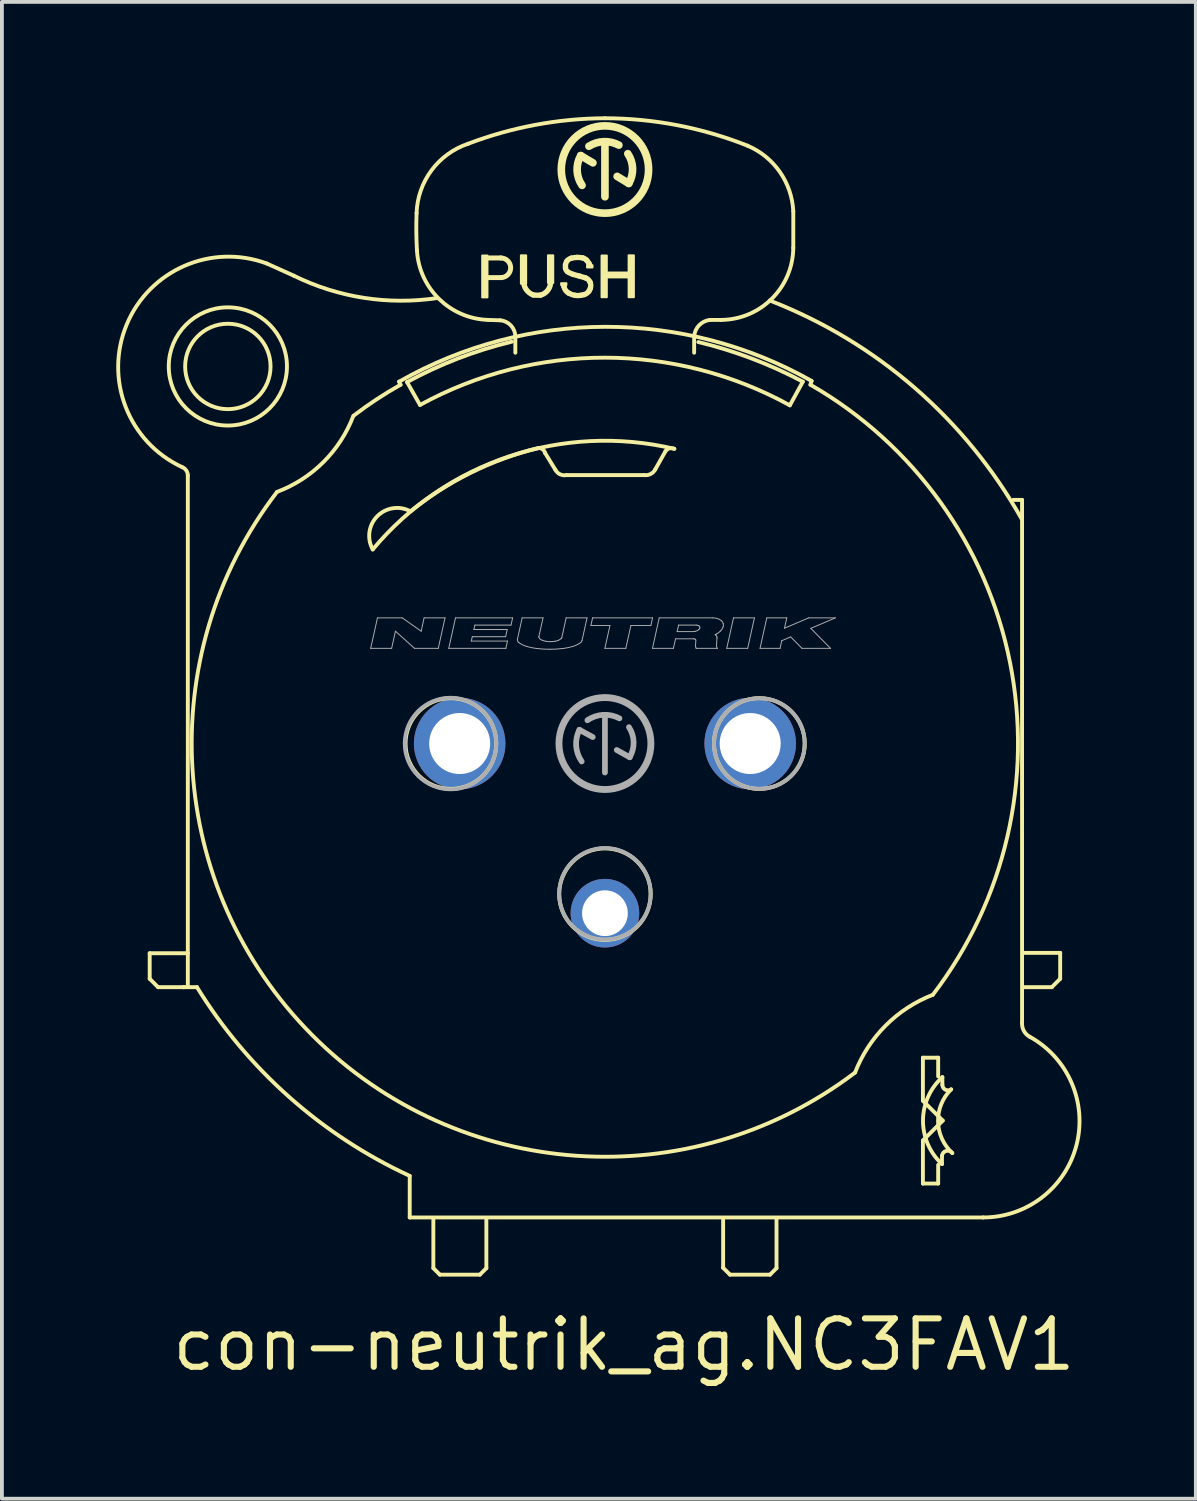
<source format=kicad_pcb>
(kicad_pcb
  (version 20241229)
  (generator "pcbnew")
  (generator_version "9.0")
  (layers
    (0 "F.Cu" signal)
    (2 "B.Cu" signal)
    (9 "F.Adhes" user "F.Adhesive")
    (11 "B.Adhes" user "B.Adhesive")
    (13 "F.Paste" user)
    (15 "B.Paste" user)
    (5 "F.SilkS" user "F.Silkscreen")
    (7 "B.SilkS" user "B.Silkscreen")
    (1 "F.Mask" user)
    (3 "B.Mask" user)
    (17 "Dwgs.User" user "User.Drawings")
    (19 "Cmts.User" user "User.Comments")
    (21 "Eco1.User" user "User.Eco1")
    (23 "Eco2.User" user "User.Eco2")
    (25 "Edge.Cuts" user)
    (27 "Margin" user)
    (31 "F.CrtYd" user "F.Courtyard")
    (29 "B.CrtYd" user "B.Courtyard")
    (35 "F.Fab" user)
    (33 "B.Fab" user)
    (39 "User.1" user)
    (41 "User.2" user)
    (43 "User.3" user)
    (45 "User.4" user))
  (footprint "con-neutrik_ag.NC3FAV1"
    (layer "F.Cu")
    (at 12.816 16.451)
    (property "Reference" "con-neutrik_ag.NC3FAV1" (at -11.43 16.51 0) (layer "F.SilkS") (effects (font (size 1.27 1.27) (thickness 0.16)) (justify left bottom)))
    (attr through_hole)
    (fp_line (start -11.94 5.5) (end -10.94 5.5) (stroke (width 0.102) (type default)) (layer "F.SilkS"))
    (fp_line (start -11.94 6.17) (end -11.94 5.5) (stroke (width 0.102) (type default)) (layer "F.SilkS"))
    (fp_line (start -11.72 6.39) (end -11.94 6.17) (stroke (width 0.102) (type default)) (layer "F.SilkS"))
    (fp_line (start -11.05 6.39) (end -11.72 6.39) (stroke (width 0.102) (type default)) (layer "F.SilkS"))
    (fp_line (start -11.05 6.39) (end -10.7 6.39) (stroke (width 0.102) (type default)) (layer "F.SilkS"))
    (fp_line (start -11.04 6.39) (end -11.05 6.39) (stroke (width 0.102) (type default)) (layer "F.SilkS"))
    (fp_line (start -10.94 5.5) (end -10.94 -7.03) (stroke (width 0.102) (type default)) (layer "F.SilkS"))
    (fp_line (start -10.94 6.35) (end -10.94 5.52) (stroke (width 0.102) (type default)) (layer "F.SilkS"))
    (fp_line (start -5.4 -9.49) (end -5.36 -9.41) (stroke (width 0.102) (type default)) (layer "F.SilkS"))
    (fp_line (start -5.19 -9.48) (end -4.85 -8.88) (stroke (width 0.102) (type default)) (layer "F.SilkS"))
    (fp_line (start -5.12 11.34) (end -5.12 12.43) (stroke (width 0.102) (type default)) (layer "F.SilkS"))
    (fp_line (start -5.12 12.43) (end 9.92 12.43) (stroke (width 0.102) (type default)) (layer "F.SilkS"))
    (fp_line (start -4.5 12.49) (end -4.5 13.76) (stroke (width 0.102) (type default)) (layer "F.SilkS"))
    (fp_line (start -4.5 13.76) (end -4.33 13.93) (stroke (width 0.102) (type default)) (layer "F.SilkS"))
    (fp_line (start -4.33 13.93) (end -3.28 13.93) (stroke (width 0.102) (type default)) (layer "F.SilkS"))
    (fp_line (start -3.28 13.93) (end -3.11 13.76) (stroke (width 0.102) (type default)) (layer "F.SilkS"))
    (fp_line (start -3.13 -12.735) (end -2.73 -12.735) (stroke (width 0.13) (type default)) (layer "F.SilkS"))
    (fp_line (start -3.11 13.76) (end -3.11 12.47) (stroke (width 0.102) (type default)) (layer "F.SilkS"))
    (fp_line (start -2.75 -11.1) (end -3.06 -11.11) (stroke (width 0.102) (type default)) (layer "F.SilkS"))
    (fp_line (start -2.72 -12.22) (end -3.11 -12.22) (stroke (width 0.13) (type default)) (layer "F.SilkS"))
    (fp_line (start -2.35 -10.25) (end -2.35 -10.67) (stroke (width 0.102) (type default)) (layer "F.SilkS"))
    (fp_line (start -1.3 -7.18) (end -1.57 -7.62) (stroke (width 0.102) (type default)) (layer "F.SilkS"))
    (fp_line (start -1.08 -12.01) (end -1.075 -11.985) (stroke (width 0.14) (type default)) (layer "F.SilkS"))
    (fp_line (start -0.315 -15.23) (end -0.635 -15.42) (stroke (width 0.2) (type default)) (layer "F.SilkS"))
    (fp_line (start 0 -14.34) (end 0 -15.73) (stroke (width 0.2) (type default)) (layer "F.SilkS"))
    (fp_line (start 0.32 -14.875) (end 0.625 -14.69) (stroke (width 0.2) (type default)) (layer "F.SilkS"))
    (fp_line (start 1.03 -7.04) (end -1.01 -7.04) (stroke (width 0.102) (type default)) (layer "F.SilkS"))
    (fp_line (start 1.59 -7.67) (end 1.32 -7.19) (stroke (width 0.102) (type default)) (layer "F.SilkS"))
    (fp_line (start 3.1 12.49) (end 3.1 13.75) (stroke (width 0.102) (type default)) (layer "F.SilkS"))
    (fp_line (start 3.1 13.75) (end 3.28 13.93) (stroke (width 0.102) (type default)) (layer "F.SilkS"))
    (fp_line (start 3.28 13.93) (end 4.33 13.93) (stroke (width 0.102) (type default)) (layer "F.SilkS"))
    (fp_line (start 4.33 13.93) (end 4.5 13.76) (stroke (width 0.102) (type default)) (layer "F.SilkS"))
    (fp_line (start 4.5 13.76) (end 4.5 12.48) (stroke (width 0.102) (type default)) (layer "F.SilkS"))
    (fp_line (start 4.85 -8.87) (end 5.19 -9.49) (stroke (width 0.102) (type default)) (layer "F.SilkS"))
    (fp_line (start 4.94 -13.96) (end 4.94 -13) (stroke (width 0.102) (type default)) (layer "F.SilkS"))
    (fp_line (start 5.39 -9.41) (end 5.42 -9.51) (stroke (width 0.102) (type default)) (layer "F.SilkS"))
    (fp_line (start 8.34 8.24) (end 8.34 9.37) (stroke (width 0.102) (type default)) (layer "F.SilkS"))
    (fp_line (start 8.34 8.24) (end 8.74 8.24) (stroke (width 0.102) (type default)) (layer "F.SilkS"))
    (fp_line (start 8.34 9.37) (end 8.86 9.89) (stroke (width 0.102) (type default)) (layer "F.SilkS"))
    (fp_line (start 8.34 10.41) (end 8.34 11.54) (stroke (width 0.102) (type default)) (layer "F.SilkS"))
    (fp_line (start 8.34 11.54) (end 8.74 11.54) (stroke (width 0.102) (type default)) (layer "F.SilkS"))
    (fp_line (start 8.74 8.24) (end 8.74 8.73) (stroke (width 0.102) (type default)) (layer "F.SilkS"))
    (fp_line (start 8.74 11.54) (end 8.74 11.05) (stroke (width 0.102) (type default)) (layer "F.SilkS"))
    (fp_line (start 8.84 11.03) (end 8.84 10.82) (stroke (width 0.102) (type default)) (layer "F.SilkS"))
    (fp_line (start 8.85 8.75) (end 8.85 8.95) (stroke (width 0.102) (type default)) (layer "F.SilkS"))
    (fp_line (start 8.86 9.89) (end 8.34 10.41) (stroke (width 0.102) (type default)) (layer "F.SilkS"))
    (fp_line (start 10.94 -6.39) (end 10.71 -6.39) (stroke (width 0.102) (type default)) (layer "F.SilkS"))
    (fp_line (start 10.94 7.33) (end 10.94 -6.39) (stroke (width 0.102) (type default)) (layer "F.SilkS"))
    (fp_line (start 10.99 6.39) (end 11.72 6.39) (stroke (width 0.102) (type default)) (layer "F.SilkS"))
    (fp_line (start 11.72 6.39) (end 11.94 6.17) (stroke (width 0.102) (type default)) (layer "F.SilkS"))
    (fp_line (start 11.94 5.49) (end 10.99 5.49) (stroke (width 0.102) (type default)) (layer "F.SilkS"))
    (fp_line (start 11.94 6.17) (end 11.94 5.49) (stroke (width 0.102) (type default)) (layer "F.SilkS"))
    (fp_rect (start -3.22 -11.7) (end -3.08 -12.8) (stroke (width 0.05) (type default)) (fill yes) (layer "F.SilkS"))
    (fp_rect (start -2.205 -12.06) (end -2.065 -12.805) (stroke (width 0.05) (type default)) (fill yes) (layer "F.SilkS"))
    (fp_rect (start -1.495 -12.08) (end -1.355 -12.805) (stroke (width 0.05) (type default)) (fill yes) (layer "F.SilkS"))
    (fp_rect (start -1.15 -12.025) (end -1.01 -12.075) (stroke (width 0.05) (type default)) (fill yes) (layer "F.SilkS"))
    (fp_rect (start -0.47 -12.485) (end -0.325 -12.545) (stroke (width 0.05) (type default)) (fill yes) (layer "F.SilkS"))
    (fp_rect (start -0.09 -11.705) (end 0.05 -12.8) (stroke (width 0.05) (type default)) (fill yes) (layer "F.SilkS"))
    (fp_rect (start 0.035 -12.225) (end 0.64 -12.355) (stroke (width 0.05) (type default)) (fill yes) (layer "F.SilkS"))
    (fp_rect (start 0.62 -11.705) (end 0.76 -12.805) (stroke (width 0.05) (type default)) (fill yes) (layer "F.SilkS"))
    (fp_arc (start -11.09 -7.25) (mid -10.981062 -7.163139) (end -10.94 -7.03) (stroke (width 0.1016) (type default)) (layer "F.SilkS"))
    (fp_arc (start -11.09 -7.25) (mid -12.543512 -10.98573) (end -8.87 -12.59) (stroke (width 0.1016) (type default)) (layer "F.SilkS"))
    (fp_arc (start -8.87 -12.59) (mid -8.514255 -12.431652) (end -8.16 -12.27) (stroke (width 0.1016) (type default)) (layer "F.SilkS"))
    (fp_arc (start -6.6 -8.59) (mid -7.385892 -7.379816) (end -8.6 -6.6) (stroke (width 0.1016) (type default)) (layer "F.SilkS"))
    (fp_arc (start -6.59 -8.6) (mid -5.989419 -9.026896) (end -5.36 -9.41) (stroke (width 0.1016) (type default)) (layer "F.SilkS"))
    (fp_arc (start -6.09 -5.09) (mid -5.970889 -5.96213) (end -5.1 -6.09) (stroke (width 0.1016) (type default)) (layer "F.SilkS"))
    (fp_arc (start -6.09 -5.09) (mid -2.509717 -7.53273) (end 1.82 -7.73) (stroke (width 0.1016) (type default)) (layer "F.SilkS"))
    (fp_arc (start -5.4 -9.49) (mid 0.007357 -10.929608) (end 5.42 -9.51) (stroke (width 0.1016) (type default)) (layer "F.SilkS"))
    (fp_arc (start -5.19 -9.48) (mid -3.849731 -10.100103) (end -2.44 -10.54) (stroke (width 0.1016) (type default)) (layer "F.SilkS"))
    (fp_arc (start -5.12 11.34) (mid -8.274823 9.276255) (end -10.7 6.39) (stroke (width 0.1016) (type default)) (layer "F.SilkS"))
    (fp_arc (start -5.1 -6.09) (mid -3.515654 -7.102947) (end -1.75 -7.75) (stroke (width 0.1016) (type default)) (layer "F.SilkS"))
    (fp_arc (start -4.94 -13.91) (mid -4.55018 -15.031535) (end -3.59 -15.73) (stroke (width 0.1016) (type default)) (layer "F.SilkS"))
    (fp_arc (start -4.93 -12.93) (mid -4.946992 -13.419878) (end -4.94 -13.91) (stroke (width 0.1016) (type default)) (layer "F.SilkS"))
    (fp_arc (start -4.85 -8.88) (mid 0.001284 -10.119998) (end 4.85 -8.87) (stroke (width 0.1016) (type default)) (layer "F.SilkS"))
    (fp_arc (start -4.3995 -11.6841) (mid -6.32454 -11.689572) (end -8.16 -12.27) (stroke (width 0.1016) (type default)) (layer "F.SilkS"))
    (fp_arc (start -3.59 -15.73) (mid -1.825069 -16.226116) (end 0 -16.4) (stroke (width 0.1016) (type default)) (layer "F.SilkS"))
    (fp_arc (start -3.06 -11.11) (mid -4.347853 -11.657454) (end -4.93 -12.93) (stroke (width 0.1016) (type default)) (layer "F.SilkS"))
    (fp_arc (start -2.75 -11.1) (mid -2.465454 -10.963647) (end -2.35 -10.67) (stroke (width 0.1016) (type default)) (layer "F.SilkS"))
    (fp_arc (start -2.73 -12.735) (mid -2.472451 -12.482404) (end -2.72 -12.22) (stroke (width 0.13) (type default)) (layer "F.SilkS"))
    (fp_arc (start -1.88 -11.765) (mid -2.064528 -11.907658) (end -2.135 -12.13) (stroke (width 0.14) (type default)) (layer "F.SilkS"))
    (fp_arc (start -1.74 -7.75) (mid -1.63239 -7.714566) (end -1.57 -7.62) (stroke (width 0.1016) (type default)) (layer "F.SilkS"))
    (fp_arc (start -1.69 -11.76) (mid -1.785118 -11.758012) (end -1.88 -11.765) (stroke (width 0.14) (type default)) (layer "F.SilkS"))
    (fp_arc (start -1.425 -12.13) (mid -1.491164 -11.897489) (end -1.69 -11.76) (stroke (width 0.14) (type default)) (layer "F.SilkS"))
    (fp_arc (start -1.035 -12.545) (mid -1.023242 -12.602997) (end -0.995 -12.655) (stroke (width 0.14) (type default)) (layer "F.SilkS"))
    (fp_arc (start -1.035 -12.475) (mid -1.035897 -12.51) (end -1.035 -12.545) (stroke (width 0.14) (type default)) (layer "F.SilkS"))
    (fp_arc (start -1.01 -7.04) (mid -1.178221 -7.061899) (end -1.3 -7.18) (stroke (width 0.1016) (type default)) (layer "F.SilkS"))
    (fp_arc (start -0.995 -12.655) (mid -0.944061 -12.70256) (end -0.88 -12.73) (stroke (width 0.14) (type default)) (layer "F.SilkS"))
    (fp_arc (start -0.98 -12.375) (mid -1.018985 -12.418684) (end -1.035 -12.475) (stroke (width 0.14) (type default)) (layer "F.SilkS"))
    (fp_arc (start -0.945 -11.81) (mid -1.029639 -11.882911) (end -1.075 -11.985) (stroke (width 0.14) (type default)) (layer "F.SilkS"))
    (fp_arc (start -0.88 -12.73) (mid -0.805495 -12.743715) (end -0.73 -12.75) (stroke (width 0.14) (type default)) (layer "F.SilkS"))
    (fp_arc (start -0.835 -12.305) (mid -0.91042 -12.333952) (end -0.98 -12.375) (stroke (width 0.14) (type default)) (layer "F.SilkS"))
    (fp_arc (start -0.785 -11.755) (mid -0.867193 -11.776119) (end -0.945 -11.81) (stroke (width 0.14) (type default)) (layer "F.SilkS"))
    (fp_arc (start -0.73 -12.75) (mid -0.654498 -12.747516) (end -0.58 -12.735) (stroke (width 0.14) (type default)) (layer "F.SilkS"))
    (fp_arc (start -0.67 -12.26) (mid -0.752692 -12.281798) (end -0.835 -12.305) (stroke (width 0.14) (type default)) (layer "F.SilkS"))
    (fp_arc (start -0.67 -12.26) (mid -0.592125 -12.238791) (end -0.515 -12.215) (stroke (width 0.14) (type default)) (layer "F.SilkS"))
    (fp_arc (start -0.635 -11.755) (mid -0.71 -11.748536) (end -0.785 -11.755) (stroke (width 0.14) (type default)) (layer "F.SilkS"))
    (fp_arc (start -0.6 -14.64) (mid -0.729533 -15.024973) (end -0.635 -15.42) (stroke (width 0.2) (type default)) (layer "F.SilkS"))
    (fp_arc (start -0.58 -12.735) (mid -0.525361 -12.712732) (end -0.48 -12.675) (stroke (width 0.14) (type default)) (layer "F.SilkS"))
    (fp_arc (start -0.545 -11.775) (mid -0.589766 -11.763948) (end -0.635 -11.755) (stroke (width 0.14) (type default)) (layer "F.SilkS"))
    (fp_arc (start -0.515 -12.215) (mid -0.440012 -12.171074) (end -0.39 -12.1) (stroke (width 0.14) (type default)) (layer "F.SilkS"))
    (fp_arc (start -0.48 -12.675) (mid -0.448393 -12.636205) (end -0.42 -12.595) (stroke (width 0.14) (type default)) (layer "F.SilkS"))
    (fp_arc (start -0.42 -15.665) (mid -0.03156 -15.786243) (end 0.365 -15.695) (stroke (width 0.2) (type default)) (layer "F.SilkS"))
    (fp_arc (start -0.42 -12.595) (mid -0.409614 -12.577721) (end -0.4 -12.56) (stroke (width 0.14) (type default)) (layer "F.SilkS"))
    (fp_arc (start -0.42 -11.865) (mid -0.474351 -11.808681) (end -0.545 -11.775) (stroke (width 0.14) (type default)) (layer "F.SilkS"))
    (fp_arc (start -0.39 -12.1) (mid -0.372108 -12.017966) (end -0.385 -11.935) (stroke (width 0.14) (type default)) (layer "F.SilkS"))
    (fp_arc (start -0.385 -11.935) (mid -0.40031 -11.898905) (end -0.42 -11.865) (stroke (width 0.14) (type default)) (layer "F.SilkS"))
    (fp_arc (start 0 -16.4) (mid 1.903895 -16.216065) (end 3.74 -15.68) (stroke (width 0.1016) (type default)) (layer "F.SilkS"))
    (fp_arc (start 0.6 -15.47) (mid 0.725239 -15.083613) (end 0.625 -14.69) (stroke (width 0.2) (type default)) (layer "F.SilkS"))
    (fp_arc (start 1.32 -7.19) (mid 1.198655 -7.069267) (end 1.03 -7.04) (stroke (width 0.1016) (type default)) (layer "F.SilkS"))
    (fp_arc (start 1.59 -7.67) (mid 1.694294 -7.741041) (end 1.82 -7.73) (stroke (width 0.1016) (type default)) (layer "F.SilkS"))
    (fp_arc (start 2.34 -10.68) (mid 2.341373 -10.465) (end 2.34 -10.25) (stroke (width 0.1016) (type default)) (layer "F.SilkS"))
    (fp_arc (start 2.34 -10.68) (mid 2.468258 -10.968173) (end 2.75 -11.11) (stroke (width 0.1016) (type default)) (layer "F.SilkS"))
    (fp_arc (start 2.45 -10.53) (mid 3.852843 -10.096528) (end 5.19 -9.49) (stroke (width 0.1016) (type default)) (layer "F.SilkS"))
    (fp_arc (start 2.75 -11.11) (mid 2.9 -11.110782) (end 3.05 -11.11) (stroke (width 0.1016) (type default)) (layer "F.SilkS"))
    (fp_arc (start 3.74 -15.68) (mid 4.587041 -14.992354) (end 4.94 -13.96) (stroke (width 0.1016) (type default)) (layer "F.SilkS"))
    (fp_arc (start 4.3216 -11.6192) (mid 8.12431 -9.329611) (end 10.93 -5.89) (stroke (width 0.1016) (type default)) (layer "F.SilkS"))
    (fp_arc (start 4.94 -13) (mid 4.380591 -11.669409) (end 3.05 -11.11) (stroke (width 0.1016) (type default)) (layer "F.SilkS"))
    (fp_arc (start 5.39 -9.41) (mid 10.621563 -2.137579) (end 8.6 6.59) (stroke (width 0.1016) (type default)) (layer "F.SilkS"))
    (fp_arc (start 6.56 8.63) (mid -7.680581 7.644968) (end -8.6 -6.6) (stroke (width 0.1016) (type default)) (layer "F.SilkS"))
    (fp_arc (start 6.56 8.63) (mid 7.3644 7.3944) (end 8.6 6.59) (stroke (width 0.1016) (type default)) (layer "F.SilkS"))
    (fp_arc (start 8.84 10.81) (mid 8.951547 10.684537) (end 9.11 10.74) (stroke (width 0.1016) (type default)) (layer "F.SilkS"))
    (fp_arc (start 8.84 11.03) (mid 8.341886 9.887793) (end 8.85 8.75) (stroke (width 0.1016) (type default)) (layer "F.SilkS"))
    (fp_arc (start 9.08 9.07) (mid 8.928601 9.079765) (end 8.85 8.95) (stroke (width 0.1016) (type default)) (layer "F.SilkS"))
    (fp_arc (start 9.11 10.74) (mid 8.736883 9.911433) (end 9.08 9.07) (stroke (width 0.1016) (type default)) (layer "F.SilkS"))
    (fp_arc (start 11.14 7.69) (mid 12.367243 10.532877) (end 9.92 12.43) (stroke (width 0.1016) (type default)) (layer "F.SilkS"))
    (fp_arc (start 11.14 7.69) (mid 10.988255 7.538747) (end 10.94 7.33) (stroke (width 0.1016) (type default)) (layer "F.SilkS"))
    (fp_circle (center -9.89 -9.89) (end -8.77 -9.89) (stroke (width 0.102) (type default)) (fill no) (layer "F.SilkS"))
    (fp_circle (center -9.89 -9.89) (end -8.34 -9.89) (stroke (width 0.102) (type default)) (fill no) (layer "F.SilkS"))
    (fp_circle (center -4.04 0) (end -2.85 0) (stroke (width 0.102) (type default)) (fill no) (layer "F.SilkS"))
    (fp_circle (center 0 -15.055) (end 1.145 -15.055) (stroke (width 0.2) (type default)) (fill no) (layer "F.SilkS"))
    (fp_circle (center 0 3.95) (end 1.2 3.95) (stroke (width 0.102) (type default)) (fill no) (layer "F.SilkS"))
    (fp_circle (center 4.05 0) (end 5.24 0) (stroke (width 0.102) (type default)) (fill no) (layer "F.SilkS"))
    (fp_line (start -6.144 -2.497) (end -5.966 -3.296) (stroke (width 0.025) (type default)) (layer "F.Fab"))
    (fp_line (start -6.144 -2.497) (end -5.594 -2.497) (stroke (width 0.025) (type default)) (layer "F.Fab"))
    (fp_line (start -5.966 -3.296) (end -5.317 -3.296) (stroke (width 0.025) (type default)) (layer "F.Fab"))
    (fp_line (start -5.594 -2.497) (end -5.495 -2.946) (stroke (width 0.025) (type default)) (layer "F.Fab"))
    (fp_line (start -5.495 -2.946) (end -4.995 -2.497) (stroke (width 0.025) (type default)) (layer "F.Fab"))
    (fp_line (start -5.317 -3.296) (end -4.82 -2.946) (stroke (width 0.025) (type default)) (layer "F.Fab"))
    (fp_line (start -4.995 -2.497) (end -4.371 -2.497) (stroke (width 0.025) (type default)) (layer "F.Fab"))
    (fp_line (start -4.82 -2.946) (end -4.743 -3.296) (stroke (width 0.025) (type default)) (layer "F.Fab"))
    (fp_line (start -4.743 -3.296) (end -4.194 -3.296) (stroke (width 0.025) (type default)) (layer "F.Fab"))
    (fp_line (start -4.371 -2.497) (end -4.194 -3.296) (stroke (width 0.025) (type default)) (layer "F.Fab"))
    (fp_line (start -4.096 -2.497) (end -3.919 -3.296) (stroke (width 0.025) (type default)) (layer "F.Fab"))
    (fp_line (start -4.096 -2.497) (end -2.598 -2.497) (stroke (width 0.025) (type default)) (layer "F.Fab"))
    (fp_line (start -3.919 -3.296) (end -2.421 -3.296) (stroke (width 0.025) (type default)) (layer "F.Fab"))
    (fp_line (start -3.505 -2.687) (end -3.479 -2.802) (stroke (width 0.025) (type default)) (layer "F.Fab"))
    (fp_line (start -3.505 -2.687) (end -2.556 -2.687) (stroke (width 0.025) (type default)) (layer "F.Fab"))
    (fp_line (start -3.479 -2.802) (end -2.605 -2.802) (stroke (width 0.025) (type default)) (layer "F.Fab"))
    (fp_line (start -3.437 -2.991) (end -3.412 -3.106) (stroke (width 0.025) (type default)) (layer "F.Fab"))
    (fp_line (start -3.437 -2.991) (end -2.563 -2.991) (stroke (width 0.025) (type default)) (layer "F.Fab"))
    (fp_line (start -3.412 -3.106) (end -2.463 -3.106) (stroke (width 0.025) (type default)) (layer "F.Fab"))
    (fp_line (start -2.605 -2.802) (end -2.563 -2.991) (stroke (width 0.025) (type default)) (layer "F.Fab"))
    (fp_line (start -2.598 -2.497) (end -2.556 -2.687) (stroke (width 0.025) (type default)) (layer "F.Fab"))
    (fp_line (start -2.463 -3.106) (end -2.421 -3.296) (stroke (width 0.025) (type default)) (layer "F.Fab"))
    (fp_line (start -2.294 -2.741) (end -2.171 -3.296) (stroke (width 0.025) (type default)) (layer "F.Fab"))
    (fp_line (start -2.171 -3.296) (end -1.623 -3.296) (stroke (width 0.025) (type default)) (layer "F.Fab"))
    (fp_line (start -1.731 -2.81) (end -1.623 -3.296) (stroke (width 0.025) (type default)) (layer "F.Fab"))
    (fp_line (start -1.13 -2.784) (end -1.017 -3.296) (stroke (width 0.025) (type default)) (layer "F.Fab"))
    (fp_line (start -1.017 -3.296) (end -0.469 -3.296) (stroke (width 0.025) (type default)) (layer "F.Fab"))
    (fp_line (start -0.67 -0.36) (end -0.32 -0.17) (stroke (width 0.15) (type default)) (layer "F.Fab"))
    (fp_line (start -0.601 -2.702) (end -0.469 -3.296) (stroke (width 0.025) (type default)) (layer "F.Fab"))
    (fp_line (start -0.368 -3.096) (end -0.324 -3.296) (stroke (width 0.025) (type default)) (layer "F.Fab"))
    (fp_line (start -0.368 -3.096) (end 0.131 -3.096) (stroke (width 0.025) (type default)) (layer "F.Fab"))
    (fp_line (start -0.324 -3.296) (end 1.249 -3.296) (stroke (width 0.025) (type default)) (layer "F.Fab"))
    (fp_line (start -0.001 -2.497) (end 0.131 -3.096) (stroke (width 0.025) (type default)) (layer "F.Fab"))
    (fp_line (start -0.001 -2.497) (end 0.548 -2.497) (stroke (width 0.025) (type default)) (layer "F.Fab"))
    (fp_line (start 0 0.76) (end 0 -0.74) (stroke (width 0.15) (type default)) (layer "F.Fab"))
    (fp_line (start 0.31 0.17) (end 0.65 0.36) (stroke (width 0.15) (type default)) (layer "F.Fab"))
    (fp_line (start 0.548 -2.497) (end 0.681 -3.096) (stroke (width 0.025) (type default)) (layer "F.Fab"))
    (fp_line (start 0.681 -3.096) (end 1.205 -3.096) (stroke (width 0.025) (type default)) (layer "F.Fab"))
    (fp_line (start 1.205 -3.096) (end 1.249 -3.296) (stroke (width 0.025) (type default)) (layer "F.Fab"))
    (fp_line (start 1.247 -2.497) (end 1.424 -3.296) (stroke (width 0.025) (type default)) (layer "F.Fab"))
    (fp_line (start 1.247 -2.497) (end 1.796 -2.497) (stroke (width 0.025) (type default)) (layer "F.Fab"))
    (fp_line (start 1.424 -3.296) (end 2.826 -3.296) (stroke (width 0.025) (type default)) (layer "F.Fab"))
    (fp_line (start 1.796 -2.497) (end 1.852 -2.747) (stroke (width 0.025) (type default)) (layer "F.Fab"))
    (fp_line (start 1.852 -2.747) (end 2.328 -2.747) (stroke (width 0.025) (type default)) (layer "F.Fab"))
    (fp_line (start 1.894 -2.936) (end 1.931 -3.106) (stroke (width 0.025) (type default)) (layer "F.Fab"))
    (fp_line (start 1.894 -2.936) (end 2.321 -2.936) (stroke (width 0.025) (type default)) (layer "F.Fab"))
    (fp_line (start 1.931 -3.106) (end 2.394 -3.106) (stroke (width 0.025) (type default)) (layer "F.Fab"))
    (fp_line (start 2.375 -2.561) (end 2.385 -2.707) (stroke (width 0.025) (type default)) (layer "F.Fab"))
    (fp_line (start 2.394 -2.497) (end 2.394 -2.497) (stroke (width 0.025) (type default)) (layer "F.Fab"))
    (fp_line (start 2.394 -2.497) (end 2.95 -2.497) (stroke (width 0.025) (type default)) (layer "F.Fab"))
    (fp_line (start 2.926 -2.581) (end 2.939 -2.767) (stroke (width 0.025) (type default)) (layer "F.Fab"))
    (fp_line (start 3.195 -2.497) (end 3.372 -3.296) (stroke (width 0.025) (type default)) (layer "F.Fab"))
    (fp_line (start 3.195 -2.497) (end 3.744 -2.497) (stroke (width 0.025) (type default)) (layer "F.Fab"))
    (fp_line (start 3.372 -3.296) (end 3.921 -3.296) (stroke (width 0.025) (type default)) (layer "F.Fab"))
    (fp_line (start 3.744 -2.497) (end 3.921 -3.296) (stroke (width 0.025) (type default)) (layer "F.Fab"))
    (fp_line (start 4.068 -2.497) (end 4.245 -3.296) (stroke (width 0.025) (type default)) (layer "F.Fab"))
    (fp_line (start 4.068 -2.497) (end 4.593 -2.497) (stroke (width 0.025) (type default)) (layer "F.Fab"))
    (fp_line (start 4.245 -3.296) (end 4.77 -3.296) (stroke (width 0.025) (type default)) (layer "F.Fab"))
    (fp_line (start 4.593 -2.497) (end 4.637 -2.697) (stroke (width 0.025) (type default)) (layer "F.Fab"))
    (fp_line (start 4.637 -2.697) (end 4.871 -2.797) (stroke (width 0.025) (type default)) (layer "F.Fab"))
    (fp_line (start 4.71 -3.026) (end 4.77 -3.296) (stroke (width 0.025) (type default)) (layer "F.Fab"))
    (fp_line (start 4.71 -3.026) (end 5.344 -3.296) (stroke (width 0.025) (type default)) (layer "F.Fab"))
    (fp_line (start 4.871 -2.797) (end 5.167 -2.497) (stroke (width 0.025) (type default)) (layer "F.Fab"))
    (fp_line (start 5.167 -2.497) (end 5.916 -2.497) (stroke (width 0.025) (type default)) (layer "F.Fab"))
    (fp_line (start 5.344 -3.296) (end 6.043 -3.296) (stroke (width 0.025) (type default)) (layer "F.Fab"))
    (fp_line (start 5.399 -3.021) (end 5.916 -2.497) (stroke (width 0.025) (type default)) (layer "F.Fab"))
    (fp_line (start 5.399 -3.021) (end 6.043 -3.296) (stroke (width 0.025) (type default)) (layer "F.Fab"))
    (fp_arc (start -2.2964 -2.7217) (mid -2.295867 -2.731456) (end -2.2943 -2.7411) (stroke (width 0.0254) (type default)) (layer "F.Fab"))
    (fp_arc (start -2.2578 -2.6471) (mid -2.286121 -2.679718) (end -2.2963 -2.7217) (stroke (width 0.0254) (type default)) (layer "F.Fab"))
    (fp_arc (start -2.0477 -2.5452) (mid -2.156985 -2.587418) (end -2.2578 -2.6471) (stroke (width 0.0254) (type default)) (layer "F.Fab"))
    (fp_arc (start -1.796 -2.4932) (mid -1.922923 -2.514007) (end -2.0477 -2.5452) (stroke (width 0.0254) (type default)) (layer "F.Fab"))
    (fp_arc (start -1.7326 -2.7966) (mid -1.732234 -2.803244) (end -1.7311 -2.8098) (stroke (width 0.0254) (type default)) (layer "F.Fab"))
    (fp_arc (start -1.7159 -2.7561) (mid -1.728335 -2.774676) (end -1.7327 -2.7966) (stroke (width 0.0254) (type default)) (layer "F.Fab"))
    (fp_arc (start -1.6443 -2.7083) (mid -1.682454 -2.728674) (end -1.7159 -2.7561) (stroke (width 0.0254) (type default)) (layer "F.Fab"))
    (fp_arc (start -1.5538 -2.6822) (mid -1.599779 -2.692723) (end -1.6443 -2.7083) (stroke (width 0.0254) (type default)) (layer "F.Fab"))
    (fp_arc (start -1.4474 -2.4721) (mid -1.62202 -2.477365) (end -1.796 -2.4932) (stroke (width 0.0254) (type default)) (layer "F.Fab"))
    (fp_arc (start -1.4308 -2.6718) (mid -1.492521 -2.674388) (end -1.5538 -2.6822) (stroke (width 0.0254) (type default)) (layer "F.Fab"))
    (fp_arc (start -1.3079 -2.6822) (mid -1.369129 -2.67439) (end -1.4308 -2.6718) (stroke (width 0.0254) (type default)) (layer "F.Fab"))
    (fp_arc (start -1.2174 -2.7083) (mid -1.261921 -2.692723) (end -1.3079 -2.6822) (stroke (width 0.0254) (type default)) (layer "F.Fab"))
    (fp_arc (start -1.1458 -2.7561) (mid -1.179246 -2.728674) (end -1.2174 -2.7083) (stroke (width 0.0254) (type default)) (layer "F.Fab"))
    (fp_arc (start -1.1304 -2.7839) (mid -1.136132 -2.76891) (end -1.1458 -2.7561) (stroke (width 0.0254) (type default)) (layer "F.Fab"))
    (fp_arc (start -1.0989 -2.4931) (mid -1.27283 -2.477266) (end -1.4474 -2.472) (stroke (width 0.0254) (type default)) (layer "F.Fab"))
    (fp_arc (start -0.8472 -2.5452) (mid -0.971977 -2.514007) (end -1.0989 -2.4932) (stroke (width 0.0254) (type default)) (layer "F.Fab"))
    (fp_arc (start -0.6371 -2.6471) (mid -0.737916 -2.587421) (end -0.8472 -2.5452) (stroke (width 0.0254) (type default)) (layer "F.Fab"))
    (fp_arc (start -0.61 0.47) (mid -0.754744 0.063295) (end -0.67 -0.36) (stroke (width 0.15) (type default)) (layer "F.Fab"))
    (fp_arc (start -0.6007 -2.7023) (mid -0.613738 -2.671296) (end -0.6371 -2.6471) (stroke (width 0.0254) (type default)) (layer "F.Fab"))
    (fp_arc (start -0.46 -0.61) (mid -0.047007 -0.752716) (end 0.38 -0.66) (stroke (width 0.15) (type default)) (layer "F.Fab"))
    (fp_arc (start 0.63 -0.43) (mid 0.752066 -0.037837) (end 0.65 0.36) (stroke (width 0.15) (type default)) (layer "F.Fab"))
    (fp_arc (start 2.3283 -2.7467) (mid 2.340566 -2.745829) (end 2.3526 -2.7433) (stroke (width 0.0254) (type default)) (layer "F.Fab"))
    (fp_arc (start 2.3526 -2.7432) (mid 2.364222 -2.738519) (end 2.3746 -2.7315) (stroke (width 0.0254) (type default)) (layer "F.Fab"))
    (fp_arc (start 2.3746 -2.7315) (mid 2.380482 -2.724772) (end 2.3841 -2.7166) (stroke (width 0.0254) (type default)) (layer "F.Fab"))
    (fp_arc (start 2.3785 -2.9442) (mid 2.349756 -2.938398) (end 2.3205 -2.9364) (stroke (width 0.0254) (type default)) (layer "F.Fab"))
    (fp_arc (start 2.3943 -2.497) (mid 2.380146 -2.527485) (end 2.375 -2.5607) (stroke (width 0.0254) (type default)) (layer "F.Fab"))
    (fp_arc (start 2.3944 -3.1062) (mid 2.414793 -3.104721) (end 2.4348 -3.1005) (stroke (width 0.0254) (type default)) (layer "F.Fab"))
    (fp_arc (start 2.4288 -2.9645) (mid 2.404262 -2.952875) (end 2.3785 -2.9443) (stroke (width 0.0254) (type default)) (layer "F.Fab"))
    (fp_arc (start 2.4348 -3.1005) (mid 2.454244 -3.09272) (end 2.4716 -3.081) (stroke (width 0.0254) (type default)) (layer "F.Fab"))
    (fp_arc (start 2.4641 -2.9914) (mid 2.447446 -2.976643) (end 2.4288 -2.9645) (stroke (width 0.0254) (type default)) (layer "F.Fab"))
    (fp_arc (start 2.4716 -3.081) (mid 2.481397 -3.069754) (end 2.4874 -3.0561) (stroke (width 0.0254) (type default)) (layer "F.Fab"))
    (fp_arc (start 2.4861 -3.0267) (mid 2.476985 -3.007875) (end 2.4641 -2.9914) (stroke (width 0.0254) (type default)) (layer "F.Fab"))
    (fp_arc (start 2.4874 -3.0561) (mid 2.488997 -3.041301) (end 2.4861 -3.0267) (stroke (width 0.0254) (type default)) (layer "F.Fab"))
    (fp_arc (start 2.8259 -3.296) (mid 2.886677 -3.291588) (end 2.9463 -3.279) (stroke (width 0.0254) (type default)) (layer "F.Fab"))
    (fp_arc (start 2.8917 -2.8549) (mid 2.899191 -2.849485) (end 2.9064 -2.8437) (stroke (width 0.0254) (type default)) (layer "F.Fab"))
    (fp_arc (start 2.9064 -2.8437) (mid 2.924646 -2.822802) (end 2.9358 -2.7974) (stroke (width 0.0254) (type default)) (layer "F.Fab"))
    (fp_arc (start 2.9282 -2.8737) (mid 2.910094 -2.86407) (end 2.8917 -2.855) (stroke (width 0.0254) (type default)) (layer "F.Fab"))
    (fp_arc (start 2.9358 -2.7974) (mid 2.93855 -2.782173) (end 2.9387 -2.7667) (stroke (width 0.0254) (type default)) (layer "F.Fab"))
    (fp_arc (start 2.9463 -3.279) (mid 3.004211 -3.255758) (end 3.0559 -3.2208) (stroke (width 0.0254) (type default)) (layer "F.Fab"))
    (fp_arc (start 2.9503 -2.497) (mid 2.930467 -2.536583) (end 2.9257 -2.5806) (stroke (width 0.0254) (type default)) (layer "F.Fab"))
    (fp_arc (start 3.0334 -2.9539) (mid 2.983769 -2.909906) (end 2.9282 -2.8737) (stroke (width 0.0254) (type default)) (layer "F.Fab"))
    (fp_arc (start 3.0559 -3.2208) (mid 3.085071 -3.187347) (end 3.1029 -3.1467) (stroke (width 0.0254) (type default)) (layer "F.Fab"))
    (fp_arc (start 3.0992 -3.0591) (mid 3.071923 -3.002983) (end 3.0334 -2.9539) (stroke (width 0.0254) (type default)) (layer "F.Fab"))
    (fp_arc (start 3.1029 -3.1467) (mid 3.107748 -3.102617) (end 3.0992 -3.0591) (stroke (width 0.0254) (type default)) (layer "F.Fab"))
    (fp_circle (center -4.05 0) (end -2.85 0) (stroke (width 0.102) (type default)) (fill no) (layer "F.Fab"))
    (fp_circle (center 0 0) (end 1.206 0) (stroke (width 0.18) (type default)) (fill no) (layer "F.Fab"))
    (fp_circle (center 0 3.94) (end 1.2 3.94) (stroke (width 0.102) (type default)) (fill no) (layer "F.Fab"))
    (fp_circle (center 4.05 0) (end 5.24 0) (stroke (width 0.102) (type default)) (fill no) (layer "F.Fab"))
    (pad "1+G" thru_hole circle (at 3.81 0) (size 2.4 2.4) (drill 1.6) (layers "*.Cu" "*.Mask"))
    (pad "2" thru_hole circle (at -3.81 0) (size 2.4 2.4) (drill 1.6) (layers "*.Cu" "*.Mask"))
    (pad "3" thru_hole circle (at 0 4.45) (size 1.8 1.8) (drill 1.2) (layers "*.Cu" "*.Mask")))
  (gr_rect
    (start -3 -3)
    (end 28.314 36.258)
    (stroke (width 0.1) (type default))
    (fill no)
    (layer "Edge.Cuts")))
</source>
